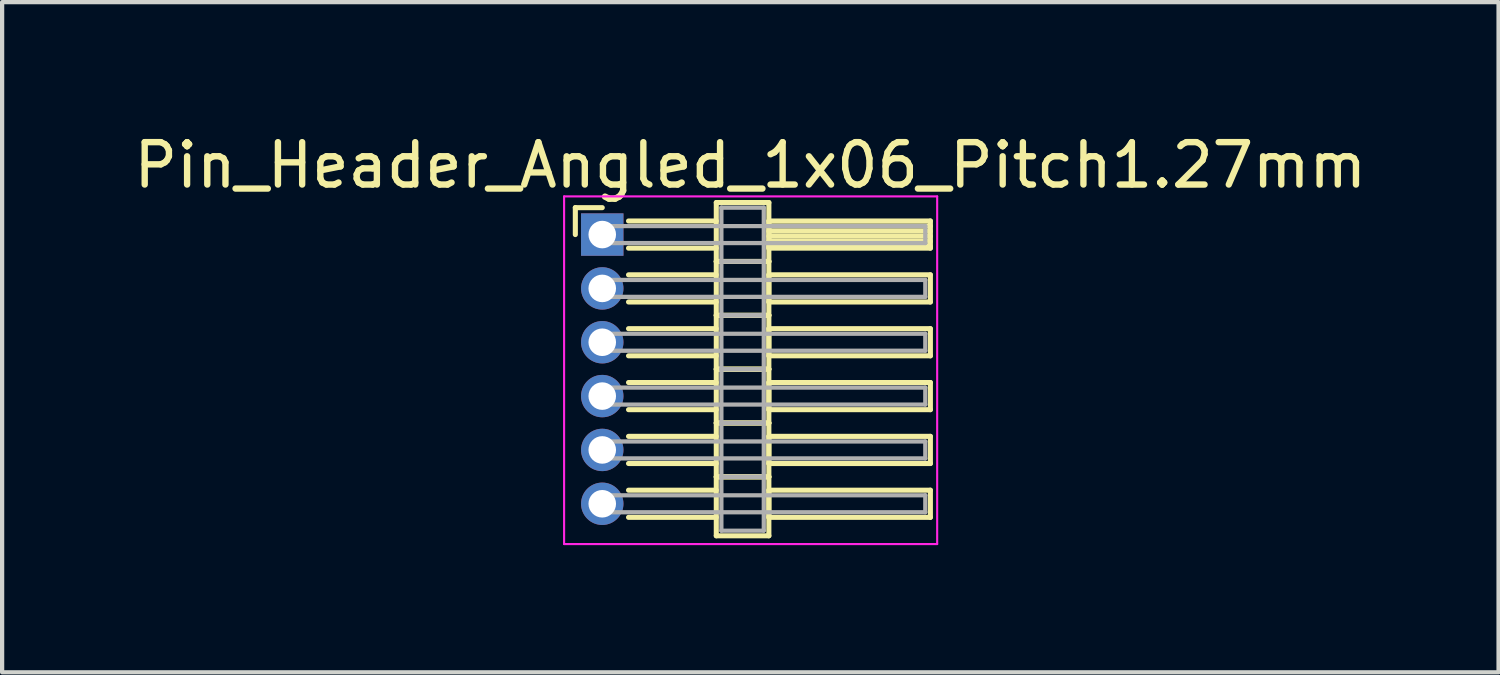
<source format=kicad_pcb>
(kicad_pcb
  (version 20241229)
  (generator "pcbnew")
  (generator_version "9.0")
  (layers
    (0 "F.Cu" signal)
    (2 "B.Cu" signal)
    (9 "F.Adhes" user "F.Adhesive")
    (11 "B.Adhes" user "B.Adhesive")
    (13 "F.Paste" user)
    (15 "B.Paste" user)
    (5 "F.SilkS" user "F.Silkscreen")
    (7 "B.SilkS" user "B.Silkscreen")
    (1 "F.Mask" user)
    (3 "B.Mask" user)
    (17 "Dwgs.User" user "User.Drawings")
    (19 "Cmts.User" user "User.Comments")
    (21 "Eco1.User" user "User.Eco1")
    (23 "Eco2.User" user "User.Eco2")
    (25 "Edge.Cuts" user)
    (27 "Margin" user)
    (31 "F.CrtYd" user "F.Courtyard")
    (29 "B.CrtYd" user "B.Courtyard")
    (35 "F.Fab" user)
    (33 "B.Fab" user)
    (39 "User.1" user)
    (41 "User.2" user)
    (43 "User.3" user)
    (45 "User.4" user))
  (footprint "Pin_Header_Angled_1x06_Pitch1.27mm"
    (layer "F.Cu")
    (at 11.156 2.483)
    (property "Reference" "Pin_Header_Angled_1x06_Pitch1.27mm" (at 3.493 -1.635 0) (layer "F.SilkS") (effects (font (size 1 1) (thickness 0.15))))
    (attr through_hole)
    (fp_line (start -0.635 -0.635) (end 0 -0.635) (stroke (width 0.12) (type solid)) (layer "F.SilkS"))
    (fp_line (start -0.635 0) (end -0.635 -0.635) (stroke (width 0.12) (type solid)) (layer "F.SilkS"))
    (fp_line (start 0.62 -0.32) (end 2.69 -0.32) (stroke (width 0.12) (type solid)) (layer "F.SilkS"))
    (fp_line (start 0.62 0.32) (end 2.69 0.32) (stroke (width 0.12) (type solid)) (layer "F.SilkS"))
    (fp_line (start 0.62 0.95) (end 2.69 0.95) (stroke (width 0.12) (type solid)) (layer "F.SilkS"))
    (fp_line (start 0.62 1.59) (end 2.69 1.59) (stroke (width 0.12) (type solid)) (layer "F.SilkS"))
    (fp_line (start 0.62 2.22) (end 2.69 2.22) (stroke (width 0.12) (type solid)) (layer "F.SilkS"))
    (fp_line (start 0.62 2.86) (end 2.69 2.86) (stroke (width 0.12) (type solid)) (layer "F.SilkS"))
    (fp_line (start 0.62 3.49) (end 2.69 3.49) (stroke (width 0.12) (type solid)) (layer "F.SilkS"))
    (fp_line (start 0.62 4.13) (end 2.69 4.13) (stroke (width 0.12) (type solid)) (layer "F.SilkS"))
    (fp_line (start 0.62 4.76) (end 2.69 4.76) (stroke (width 0.12) (type solid)) (layer "F.SilkS"))
    (fp_line (start 0.62 5.4) (end 2.69 5.4) (stroke (width 0.12) (type solid)) (layer "F.SilkS"))
    (fp_line (start 0.62 6.03) (end 2.69 6.03) (stroke (width 0.12) (type solid)) (layer "F.SilkS"))
    (fp_line (start 0.62 6.67) (end 2.69 6.67) (stroke (width 0.12) (type solid)) (layer "F.SilkS"))
    (fp_line (start 2.69 -0.755) (end 2.69 0.635) (stroke (width 0.12) (type solid)) (layer "F.SilkS"))
    (fp_line (start 2.69 0.635) (end 2.69 1.905) (stroke (width 0.12) (type solid)) (layer "F.SilkS"))
    (fp_line (start 2.69 0.635) (end 3.93 0.635) (stroke (width 0.12) (type solid)) (layer "F.SilkS"))
    (fp_line (start 2.69 1.905) (end 2.69 3.175) (stroke (width 0.12) (type solid)) (layer "F.SilkS"))
    (fp_line (start 2.69 1.905) (end 3.93 1.905) (stroke (width 0.12) (type solid)) (layer "F.SilkS"))
    (fp_line (start 2.69 3.175) (end 2.69 4.445) (stroke (width 0.12) (type solid)) (layer "F.SilkS"))
    (fp_line (start 2.69 3.175) (end 3.93 3.175) (stroke (width 0.12) (type solid)) (layer "F.SilkS"))
    (fp_line (start 2.69 4.445) (end 2.69 5.715) (stroke (width 0.12) (type solid)) (layer "F.SilkS"))
    (fp_line (start 2.69 4.445) (end 3.93 4.445) (stroke (width 0.12) (type solid)) (layer "F.SilkS"))
    (fp_line (start 2.69 5.715) (end 2.69 7.105) (stroke (width 0.12) (type solid)) (layer "F.SilkS"))
    (fp_line (start 2.69 5.715) (end 3.93 5.715) (stroke (width 0.12) (type solid)) (layer "F.SilkS"))
    (fp_line (start 2.69 7.105) (end 3.93 7.105) (stroke (width 0.12) (type solid)) (layer "F.SilkS"))
    (fp_line (start 3.93 -0.755) (end 2.69 -0.755) (stroke (width 0.12) (type solid)) (layer "F.SilkS"))
    (fp_line (start 3.93 -0.32) (end 3.93 0.32) (stroke (width 0.12) (type solid)) (layer "F.SilkS"))
    (fp_line (start 3.93 -0.2) (end 7.74 -0.2) (stroke (width 0.12) (type solid)) (layer "F.SilkS"))
    (fp_line (start 3.93 -0.08) (end 7.74 -0.08) (stroke (width 0.12) (type solid)) (layer "F.SilkS"))
    (fp_line (start 3.93 0.04) (end 7.74 0.04) (stroke (width 0.12) (type solid)) (layer "F.SilkS"))
    (fp_line (start 3.93 0.16) (end 7.74 0.16) (stroke (width 0.12) (type solid)) (layer "F.SilkS"))
    (fp_line (start 3.93 0.28) (end 7.74 0.28) (stroke (width 0.12) (type solid)) (layer "F.SilkS"))
    (fp_line (start 3.93 0.32) (end 7.74 0.32) (stroke (width 0.12) (type solid)) (layer "F.SilkS"))
    (fp_line (start 3.93 0.635) (end 2.69 0.635) (stroke (width 0.12) (type solid)) (layer "F.SilkS"))
    (fp_line (start 3.93 0.635) (end 3.93 -0.755) (stroke (width 0.12) (type solid)) (layer "F.SilkS"))
    (fp_line (start 3.93 0.95) (end 3.93 1.59) (stroke (width 0.12) (type solid)) (layer "F.SilkS"))
    (fp_line (start 3.93 1.59) (end 7.74 1.59) (stroke (width 0.12) (type solid)) (layer "F.SilkS"))
    (fp_line (start 3.93 1.905) (end 2.69 1.905) (stroke (width 0.12) (type solid)) (layer "F.SilkS"))
    (fp_line (start 3.93 1.905) (end 3.93 0.635) (stroke (width 0.12) (type solid)) (layer "F.SilkS"))
    (fp_line (start 3.93 2.22) (end 3.93 2.86) (stroke (width 0.12) (type solid)) (layer "F.SilkS"))
    (fp_line (start 3.93 2.86) (end 7.74 2.86) (stroke (width 0.12) (type solid)) (layer "F.SilkS"))
    (fp_line (start 3.93 3.175) (end 2.69 3.175) (stroke (width 0.12) (type solid)) (layer "F.SilkS"))
    (fp_line (start 3.93 3.175) (end 3.93 1.905) (stroke (width 0.12) (type solid)) (layer "F.SilkS"))
    (fp_line (start 3.93 3.49) (end 3.93 4.13) (stroke (width 0.12) (type solid)) (layer "F.SilkS"))
    (fp_line (start 3.93 4.13) (end 7.74 4.13) (stroke (width 0.12) (type solid)) (layer "F.SilkS"))
    (fp_line (start 3.93 4.445) (end 2.69 4.445) (stroke (width 0.12) (type solid)) (layer "F.SilkS"))
    (fp_line (start 3.93 4.445) (end 3.93 3.175) (stroke (width 0.12) (type solid)) (layer "F.SilkS"))
    (fp_line (start 3.93 4.76) (end 3.93 5.4) (stroke (width 0.12) (type solid)) (layer "F.SilkS"))
    (fp_line (start 3.93 5.4) (end 7.74 5.4) (stroke (width 0.12) (type solid)) (layer "F.SilkS"))
    (fp_line (start 3.93 5.715) (end 2.69 5.715) (stroke (width 0.12) (type solid)) (layer "F.SilkS"))
    (fp_line (start 3.93 5.715) (end 3.93 4.445) (stroke (width 0.12) (type solid)) (layer "F.SilkS"))
    (fp_line (start 3.93 6.03) (end 3.93 6.67) (stroke (width 0.12) (type solid)) (layer "F.SilkS"))
    (fp_line (start 3.93 6.67) (end 7.74 6.67) (stroke (width 0.12) (type solid)) (layer "F.SilkS"))
    (fp_line (start 3.93 7.105) (end 3.93 5.715) (stroke (width 0.12) (type solid)) (layer "F.SilkS"))
    (fp_line (start 7.74 -0.32) (end 3.93 -0.32) (stroke (width 0.12) (type solid)) (layer "F.SilkS"))
    (fp_line (start 7.74 0.32) (end 7.74 -0.32) (stroke (width 0.12) (type solid)) (layer "F.SilkS"))
    (fp_line (start 7.74 0.95) (end 3.93 0.95) (stroke (width 0.12) (type solid)) (layer "F.SilkS"))
    (fp_line (start 7.74 1.59) (end 7.74 0.95) (stroke (width 0.12) (type solid)) (layer "F.SilkS"))
    (fp_line (start 7.74 2.22) (end 3.93 2.22) (stroke (width 0.12) (type solid)) (layer "F.SilkS"))
    (fp_line (start 7.74 2.86) (end 7.74 2.22) (stroke (width 0.12) (type solid)) (layer "F.SilkS"))
    (fp_line (start 7.74 3.49) (end 3.93 3.49) (stroke (width 0.12) (type solid)) (layer "F.SilkS"))
    (fp_line (start 7.74 4.13) (end 7.74 3.49) (stroke (width 0.12) (type solid)) (layer "F.SilkS"))
    (fp_line (start 7.74 4.76) (end 3.93 4.76) (stroke (width 0.12) (type solid)) (layer "F.SilkS"))
    (fp_line (start 7.74 5.4) (end 7.74 4.76) (stroke (width 0.12) (type solid)) (layer "F.SilkS"))
    (fp_line (start 7.74 6.03) (end 3.93 6.03) (stroke (width 0.12) (type solid)) (layer "F.SilkS"))
    (fp_line (start 7.74 6.67) (end 7.74 6.03) (stroke (width 0.12) (type solid)) (layer "F.SilkS"))
    (fp_line (start -0.9 -0.9) (end -0.9 7.3) (stroke (width 0.05) (type solid)) (layer "F.CrtYd"))
    (fp_line (start -0.9 7.3) (end 7.9 7.3) (stroke (width 0.05) (type solid)) (layer "F.CrtYd"))
    (fp_line (start 7.9 -0.9) (end -0.9 -0.9) (stroke (width 0.05) (type solid)) (layer "F.CrtYd"))
    (fp_line (start 7.9 7.3) (end 7.9 -0.9) (stroke (width 0.05) (type solid)) (layer "F.CrtYd"))
    (fp_line (start 0 -0.2) (end 0 0.2) (stroke (width 0.1) (type solid)) (layer "F.Fab"))
    (fp_line (start 0 0.2) (end 7.62 0.2) (stroke (width 0.1) (type solid)) (layer "F.Fab"))
    (fp_line (start 0 1.07) (end 0 1.47) (stroke (width 0.1) (type solid)) (layer "F.Fab"))
    (fp_line (start 0 1.47) (end 7.62 1.47) (stroke (width 0.1) (type solid)) (layer "F.Fab"))
    (fp_line (start 0 2.34) (end 0 2.74) (stroke (width 0.1) (type solid)) (layer "F.Fab"))
    (fp_line (start 0 2.74) (end 7.62 2.74) (stroke (width 0.1) (type solid)) (layer "F.Fab"))
    (fp_line (start 0 3.61) (end 0 4.01) (stroke (width 0.1) (type solid)) (layer "F.Fab"))
    (fp_line (start 0 4.01) (end 7.62 4.01) (stroke (width 0.1) (type solid)) (layer "F.Fab"))
    (fp_line (start 0 4.88) (end 0 5.28) (stroke (width 0.1) (type solid)) (layer "F.Fab"))
    (fp_line (start 0 5.28) (end 7.62 5.28) (stroke (width 0.1) (type solid)) (layer "F.Fab"))
    (fp_line (start 0 6.15) (end 0 6.55) (stroke (width 0.1) (type solid)) (layer "F.Fab"))
    (fp_line (start 0 6.55) (end 7.62 6.55) (stroke (width 0.1) (type solid)) (layer "F.Fab"))
    (fp_line (start 2.81 -0.635) (end 2.81 0.635) (stroke (width 0.1) (type solid)) (layer "F.Fab"))
    (fp_line (start 2.81 0.635) (end 2.81 1.905) (stroke (width 0.1) (type solid)) (layer "F.Fab"))
    (fp_line (start 2.81 0.635) (end 3.81 0.635) (stroke (width 0.1) (type solid)) (layer "F.Fab"))
    (fp_line (start 2.81 1.905) (end 2.81 3.175) (stroke (width 0.1) (type solid)) (layer "F.Fab"))
    (fp_line (start 2.81 1.905) (end 3.81 1.905) (stroke (width 0.1) (type solid)) (layer "F.Fab"))
    (fp_line (start 2.81 3.175) (end 2.81 4.445) (stroke (width 0.1) (type solid)) (layer "F.Fab"))
    (fp_line (start 2.81 3.175) (end 3.81 3.175) (stroke (width 0.1) (type solid)) (layer "F.Fab"))
    (fp_line (start 2.81 4.445) (end 2.81 5.715) (stroke (width 0.1) (type solid)) (layer "F.Fab"))
    (fp_line (start 2.81 4.445) (end 3.81 4.445) (stroke (width 0.1) (type solid)) (layer "F.Fab"))
    (fp_line (start 2.81 5.715) (end 2.81 6.985) (stroke (width 0.1) (type solid)) (layer "F.Fab"))
    (fp_line (start 2.81 5.715) (end 3.81 5.715) (stroke (width 0.1) (type solid)) (layer "F.Fab"))
    (fp_line (start 2.81 6.985) (end 3.81 6.985) (stroke (width 0.1) (type solid)) (layer "F.Fab"))
    (fp_line (start 3.81 -0.635) (end 2.81 -0.635) (stroke (width 0.1) (type solid)) (layer "F.Fab"))
    (fp_line (start 3.81 0.635) (end 2.81 0.635) (stroke (width 0.1) (type solid)) (layer "F.Fab"))
    (fp_line (start 3.81 0.635) (end 3.81 -0.635) (stroke (width 0.1) (type solid)) (layer "F.Fab"))
    (fp_line (start 3.81 1.905) (end 2.81 1.905) (stroke (width 0.1) (type solid)) (layer "F.Fab"))
    (fp_line (start 3.81 1.905) (end 3.81 0.635) (stroke (width 0.1) (type solid)) (layer "F.Fab"))
    (fp_line (start 3.81 3.175) (end 2.81 3.175) (stroke (width 0.1) (type solid)) (layer "F.Fab"))
    (fp_line (start 3.81 3.175) (end 3.81 1.905) (stroke (width 0.1) (type solid)) (layer "F.Fab"))
    (fp_line (start 3.81 4.445) (end 2.81 4.445) (stroke (width 0.1) (type solid)) (layer "F.Fab"))
    (fp_line (start 3.81 4.445) (end 3.81 3.175) (stroke (width 0.1) (type solid)) (layer "F.Fab"))
    (fp_line (start 3.81 5.715) (end 2.81 5.715) (stroke (width 0.1) (type solid)) (layer "F.Fab"))
    (fp_line (start 3.81 5.715) (end 3.81 4.445) (stroke (width 0.1) (type solid)) (layer "F.Fab"))
    (fp_line (start 3.81 6.985) (end 3.81 5.715) (stroke (width 0.1) (type solid)) (layer "F.Fab"))
    (fp_line (start 7.62 -0.2) (end 0 -0.2) (stroke (width 0.1) (type solid)) (layer "F.Fab"))
    (fp_line (start 7.62 0.2) (end 7.62 -0.2) (stroke (width 0.1) (type solid)) (layer "F.Fab"))
    (fp_line (start 7.62 1.07) (end 0 1.07) (stroke (width 0.1) (type solid)) (layer "F.Fab"))
    (fp_line (start 7.62 1.47) (end 7.62 1.07) (stroke (width 0.1) (type solid)) (layer "F.Fab"))
    (fp_line (start 7.62 2.34) (end 0 2.34) (stroke (width 0.1) (type solid)) (layer "F.Fab"))
    (fp_line (start 7.62 2.74) (end 7.62 2.34) (stroke (width 0.1) (type solid)) (layer "F.Fab"))
    (fp_line (start 7.62 3.61) (end 0 3.61) (stroke (width 0.1) (type solid)) (layer "F.Fab"))
    (fp_line (start 7.62 4.01) (end 7.62 3.61) (stroke (width 0.1) (type solid)) (layer "F.Fab"))
    (fp_line (start 7.62 4.88) (end 0 4.88) (stroke (width 0.1) (type solid)) (layer "F.Fab"))
    (fp_line (start 7.62 5.28) (end 7.62 4.88) (stroke (width 0.1) (type solid)) (layer "F.Fab"))
    (fp_line (start 7.62 6.15) (end 0 6.15) (stroke (width 0.1) (type solid)) (layer "F.Fab"))
    (fp_line (start 7.62 6.55) (end 7.62 6.15) (stroke (width 0.1) (type solid)) (layer "F.Fab"))
    (pad "1" thru_hole rect (at 0 0) (size 1 1) (drill 0.65) (layers "*.Cu" "*.Mask"))
    (pad "2" thru_hole oval (at 0 1.27) (size 1 1) (drill 0.65) (layers "*.Cu" "*.Mask"))
    (pad "3" thru_hole oval (at 0 2.54) (size 1 1) (drill 0.65) (layers "*.Cu" "*.Mask"))
    (pad "4" thru_hole oval (at 0 3.81) (size 1 1) (drill 0.65) (layers "*.Cu" "*.Mask"))
    (pad "5" thru_hole oval (at 0 5.08) (size 1 1) (drill 0.65) (layers "*.Cu" "*.Mask"))
    (pad "6" thru_hole oval (at 0 6.35) (size 1 1) (drill 0.65) (layers "*.Cu" "*.Mask")))
  (gr_rect
    (start -3 -3)
    (end 32.298 12.808)
    (stroke (width 0.1) (type default))
    (fill no)
    (layer "Edge.Cuts")))
</source>
